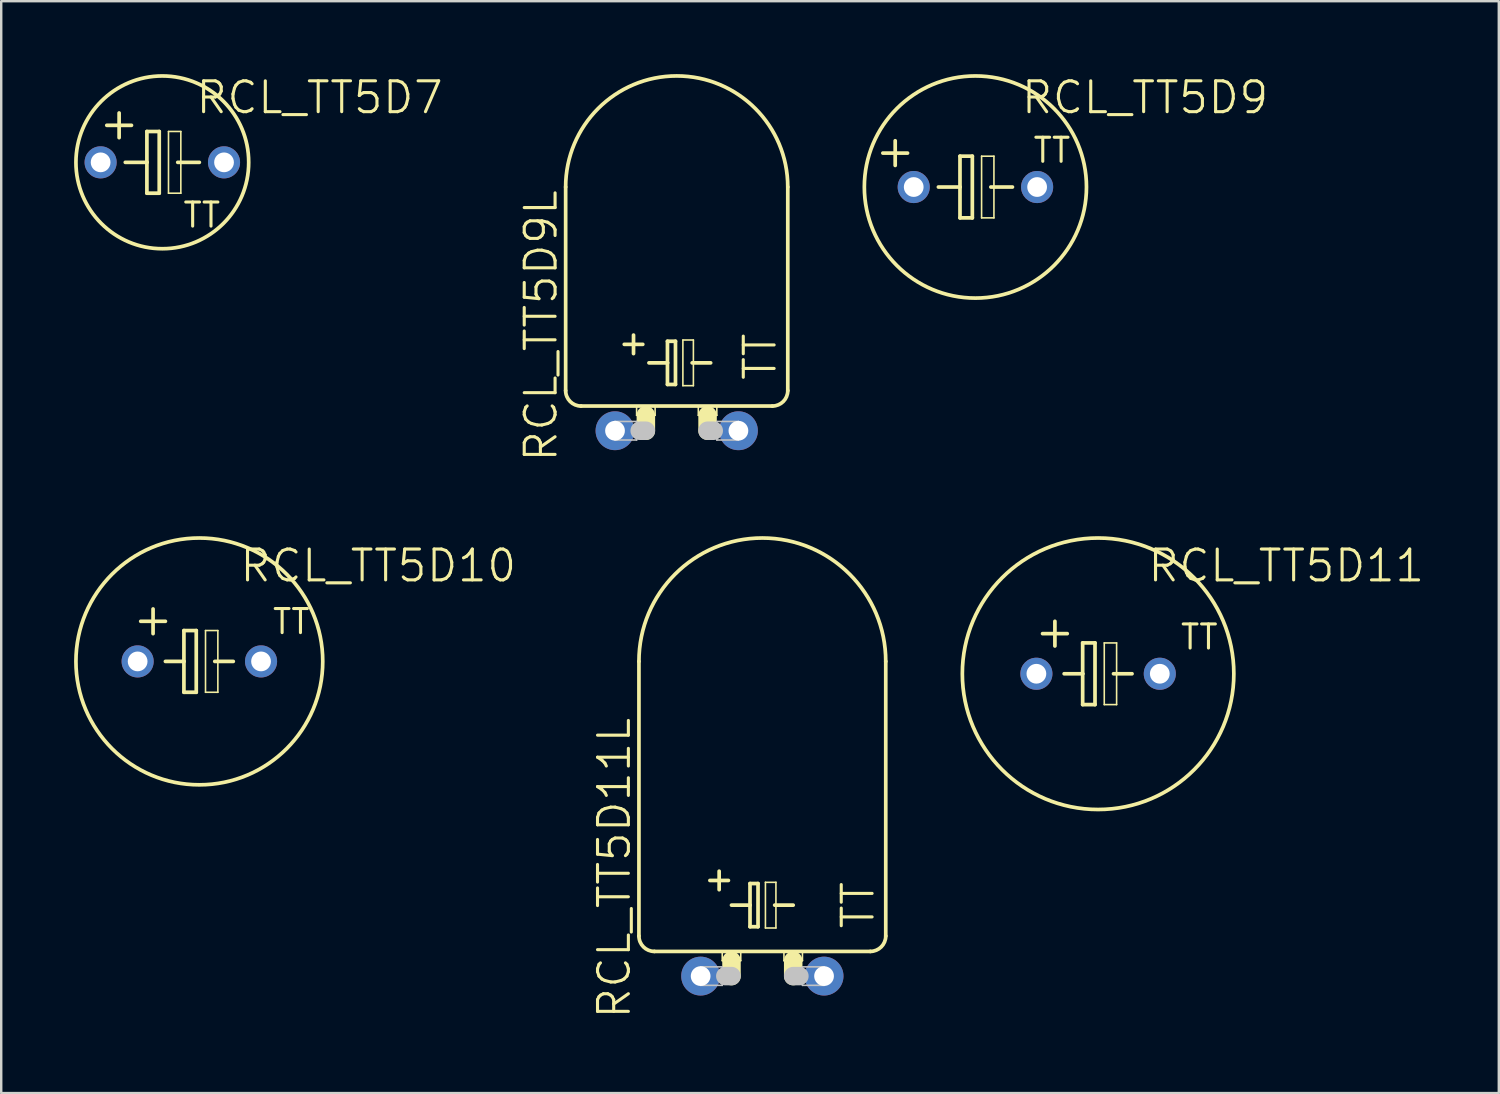
<source format=kicad_pcb>
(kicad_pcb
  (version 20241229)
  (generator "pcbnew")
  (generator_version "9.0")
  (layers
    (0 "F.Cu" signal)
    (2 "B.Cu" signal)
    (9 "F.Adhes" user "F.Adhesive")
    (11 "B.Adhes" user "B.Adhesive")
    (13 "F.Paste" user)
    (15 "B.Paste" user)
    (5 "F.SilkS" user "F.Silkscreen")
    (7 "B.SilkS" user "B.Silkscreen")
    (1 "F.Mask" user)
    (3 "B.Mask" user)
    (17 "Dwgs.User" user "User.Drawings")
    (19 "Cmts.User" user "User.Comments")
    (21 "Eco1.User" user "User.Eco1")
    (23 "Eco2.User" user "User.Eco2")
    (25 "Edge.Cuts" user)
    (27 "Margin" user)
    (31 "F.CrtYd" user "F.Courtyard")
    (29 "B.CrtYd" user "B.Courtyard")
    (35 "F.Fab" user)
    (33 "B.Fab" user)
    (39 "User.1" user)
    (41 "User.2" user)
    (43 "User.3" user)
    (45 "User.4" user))
  (footprint "RCL_TT5D11L"
    (layer "F.Cu")
    (at 28.332 37.131)
    (property "Reference" "RCL_TT5D11L" (at -6.096 -4.445 90) (layer "F.SilkS") (effects (font (size 1.27 1.27) (thickness 0.127))))
    (attr exclude_from_pos_files exclude_from_bom)
    (fp_line (start -5.08 -12.954) (end -5.08 -1.651) (stroke (width 0.152) (type solid)) (layer "F.SilkS"))
    (fp_line (start -4.445 -1.016) (end 4.445 -1.016) (stroke (width 0.152) (type solid)) (layer "F.SilkS"))
    (fp_line (start -2.159 -3.937) (end -1.397 -3.937) (stroke (width 0.152) (type solid)) (layer "F.SilkS"))
    (fp_line (start -1.778 -4.318) (end -1.778 -3.556) (stroke (width 0.152) (type solid)) (layer "F.SilkS"))
    (fp_line (start -1.651 -1.016) (end -0.889 -1.016) (stroke (width 0.066) (type solid)) (layer "F.SilkS"))
    (fp_line (start -1.651 -0.635) (end -1.651 -1.016) (stroke (width 0.066) (type solid)) (layer "F.SilkS"))
    (fp_line (start -1.651 -0.635) (end -0.889 -0.635) (stroke (width 0.066) (type solid)) (layer "F.SilkS"))
    (fp_line (start -1.27 -2.921) (end -0.508 -2.921) (stroke (width 0.152) (type solid)) (layer "F.SilkS"))
    (fp_line (start -1.27 -0.635) (end -1.27 0) (stroke (width 0.762) (type solid)) (layer "F.SilkS"))
    (fp_line (start -0.889 -0.635) (end -0.889 -1.016) (stroke (width 0.066) (type solid)) (layer "F.SilkS"))
    (fp_line (start -0.508 -3.81) (end -0.508 -2.921) (stroke (width 0.152) (type solid)) (layer "F.SilkS"))
    (fp_line (start -0.508 -2.921) (end -0.508 -2.032) (stroke (width 0.152) (type solid)) (layer "F.SilkS"))
    (fp_line (start -0.508 -2.032) (end -0.178 -2.032) (stroke (width 0.152) (type solid)) (layer "F.SilkS"))
    (fp_line (start -0.178 -3.81) (end -0.508 -3.81) (stroke (width 0.152) (type solid)) (layer "F.SilkS"))
    (fp_line (start -0.178 -2.032) (end -0.178 -3.81) (stroke (width 0.152) (type solid)) (layer "F.SilkS"))
    (fp_line (start 0.127 -3.861) (end 0.559 -3.861) (stroke (width 0.066) (type solid)) (layer "F.SilkS"))
    (fp_line (start 0.127 -1.981) (end 0.127 -3.861) (stroke (width 0.066) (type solid)) (layer "F.SilkS"))
    (fp_line (start 0.127 -1.981) (end 0.559 -1.981) (stroke (width 0.066) (type solid)) (layer "F.SilkS"))
    (fp_line (start 0.508 -2.921) (end 1.27 -2.921) (stroke (width 0.152) (type solid)) (layer "F.SilkS"))
    (fp_line (start 0.559 -1.981) (end 0.559 -3.861) (stroke (width 0.066) (type solid)) (layer "F.SilkS"))
    (fp_line (start 0.889 -1.016) (end 1.651 -1.016) (stroke (width 0.066) (type solid)) (layer "F.SilkS"))
    (fp_line (start 0.889 -0.635) (end 0.889 -1.016) (stroke (width 0.066) (type solid)) (layer "F.SilkS"))
    (fp_line (start 0.889 -0.635) (end 1.651 -0.635) (stroke (width 0.066) (type solid)) (layer "F.SilkS"))
    (fp_line (start 1.27 -0.635) (end 1.27 0) (stroke (width 0.762) (type solid)) (layer "F.SilkS"))
    (fp_line (start 1.651 -0.635) (end 1.651 -1.016) (stroke (width 0.066) (type solid)) (layer "F.SilkS"))
    (fp_line (start 5.08 -12.954) (end 5.08 -1.651) (stroke (width 0.152) (type solid)) (layer "F.SilkS"))
    (fp_arc (start -5.08 -12.954) (mid 0 -18.034) (end 5.08 -12.954) (stroke (width 0.1524) (type solid)) (layer "F.SilkS"))
    (fp_arc (start -4.445 -1.016) (mid -4.894013 -1.201987) (end -5.08 -1.651) (stroke (width 0.1524) (type solid)) (layer "F.SilkS"))
    (fp_arc (start 5.08 -1.651) (mid 4.894013 -1.201987) (end 4.445 -1.016) (stroke (width 0.1524) (type solid)) (layer "F.SilkS"))
    (fp_line (start -2.54 -0.381) (end -1.651 -0.381) (stroke (width 0.066) (type solid)) (layer "Dwgs.User"))
    (fp_line (start -2.54 0.381) (end -2.54 -0.381) (stroke (width 0.066) (type solid)) (layer "Dwgs.User"))
    (fp_line (start -2.54 0.381) (end -1.651 0.381) (stroke (width 0.066) (type solid)) (layer "Dwgs.User"))
    (fp_line (start -1.651 0.381) (end -1.651 -0.381) (stroke (width 0.066) (type solid)) (layer "Dwgs.User"))
    (fp_line (start -1.524 0) (end -1.27 0) (stroke (width 0.762) (type solid)) (layer "Dwgs.User"))
    (fp_line (start 1.524 0) (end 1.27 0) (stroke (width 0.762) (type solid)) (layer "Dwgs.User"))
    (fp_line (start 1.651 -0.381) (end 2.54 -0.381) (stroke (width 0.066) (type solid)) (layer "Dwgs.User"))
    (fp_line (start 1.651 0.381) (end 1.651 -0.381) (stroke (width 0.066) (type solid)) (layer "Dwgs.User"))
    (fp_line (start 1.651 0.381) (end 2.54 0.381) (stroke (width 0.066) (type solid)) (layer "Dwgs.User"))
    (fp_line (start 2.54 0.381) (end 2.54 -0.381) (stroke (width 0.066) (type solid)) (layer "Dwgs.User"))
    (fp_text user "TT" (at 3.937 -2.921 90) (layer "F.SilkS") (effects (font (size 1.27 1.27) (thickness 0.127))))
    (pad "+" thru_hole circle (at -2.54 0) (size 1.6 1.6) (drill 0.813) (layers "*.Cu" "*.Paste" "*.Mask"))
    (pad "-" thru_hole circle (at 2.54 0) (size 1.6 1.6) (drill 0.813) (layers "*.Cu" "*.Paste" "*.Mask")))
  (footprint "RCL_TT5D10"
    (layer "F.Cu")
    (at 5.156 24.177)
    (property "Reference" "RCL_TT5D10" (at 7.366 -3.937 0) (layer "F.SilkS") (effects (font (size 1.27 1.27) (thickness 0.127))))
    (attr exclude_from_pos_files exclude_from_bom)
    (fp_line (start -2.413 -1.651) (end -1.397 -1.651) (stroke (width 0.152) (type solid)) (layer "F.SilkS"))
    (fp_line (start -1.905 -1.143) (end -1.905 -2.159) (stroke (width 0.152) (type solid)) (layer "F.SilkS"))
    (fp_line (start -1.397 0) (end -0.635 0) (stroke (width 0.152) (type solid)) (layer "F.SilkS"))
    (fp_line (start -0.635 -1.27) (end -0.635 0) (stroke (width 0.152) (type solid)) (layer "F.SilkS"))
    (fp_line (start -0.635 0) (end -0.635 1.27) (stroke (width 0.152) (type solid)) (layer "F.SilkS"))
    (fp_line (start -0.635 1.27) (end -0.127 1.27) (stroke (width 0.152) (type solid)) (layer "F.SilkS"))
    (fp_line (start -0.127 -1.27) (end -0.635 -1.27) (stroke (width 0.152) (type solid)) (layer "F.SilkS"))
    (fp_line (start -0.127 1.27) (end -0.127 -1.27) (stroke (width 0.152) (type solid)) (layer "F.SilkS"))
    (fp_line (start 0.254 -1.27) (end 0.762 -1.27) (stroke (width 0.066) (type solid)) (layer "F.SilkS"))
    (fp_line (start 0.254 1.27) (end 0.254 -1.27) (stroke (width 0.066) (type solid)) (layer "F.SilkS"))
    (fp_line (start 0.254 1.27) (end 0.762 1.27) (stroke (width 0.066) (type solid)) (layer "F.SilkS"))
    (fp_line (start 0.635 0) (end 1.397 0) (stroke (width 0.152) (type solid)) (layer "F.SilkS"))
    (fp_line (start 0.762 1.27) (end 0.762 -1.27) (stroke (width 0.066) (type solid)) (layer "F.SilkS"))
    (fp_circle (center 0 0) (end 0 -5.08) (stroke (width 0.152) (type solid)) (fill no) (layer "F.SilkS"))
    (fp_text user "TT" (at 3.785 -1.638 0) (layer "F.SilkS") (effects (font (size 0.991 0.991) (thickness 0.127))))
    (pad "+" thru_hole circle (at -2.54 0) (size 1.321 1.321) (drill 0.813) (layers "*.Cu" "*.Paste" "*.Mask"))
    (pad "-" thru_hole circle (at 2.54 0) (size 1.321 1.321) (drill 0.813) (layers "*.Cu" "*.Paste" "*.Mask")))
  (footprint "RCL_TT5D9"
    (layer "F.Cu")
    (at 37.103 4.649)
    (property "Reference" "RCL_TT5D9" (at 6.985 -3.683 0) (layer "F.SilkS") (effects (font (size 1.27 1.27) (thickness 0.127))))
    (attr exclude_from_pos_files exclude_from_bom)
    (fp_line (start -3.302 -1.905) (end -3.302 -0.889) (stroke (width 0.152) (type solid)) (layer "F.SilkS"))
    (fp_line (start -2.794 -1.397) (end -3.81 -1.397) (stroke (width 0.152) (type solid)) (layer "F.SilkS"))
    (fp_line (start -1.524 0) (end -0.635 0) (stroke (width 0.152) (type solid)) (layer "F.SilkS"))
    (fp_line (start -0.635 -1.27) (end -0.635 0) (stroke (width 0.152) (type solid)) (layer "F.SilkS"))
    (fp_line (start -0.635 0) (end -0.635 1.27) (stroke (width 0.152) (type solid)) (layer "F.SilkS"))
    (fp_line (start -0.635 1.27) (end -0.127 1.27) (stroke (width 0.152) (type solid)) (layer "F.SilkS"))
    (fp_line (start -0.127 -1.27) (end -0.635 -1.27) (stroke (width 0.152) (type solid)) (layer "F.SilkS"))
    (fp_line (start -0.127 1.27) (end -0.127 -1.27) (stroke (width 0.152) (type solid)) (layer "F.SilkS"))
    (fp_line (start 0.254 -1.27) (end 0.762 -1.27) (stroke (width 0.066) (type solid)) (layer "F.SilkS"))
    (fp_line (start 0.254 1.27) (end 0.254 -1.27) (stroke (width 0.066) (type solid)) (layer "F.SilkS"))
    (fp_line (start 0.254 1.27) (end 0.762 1.27) (stroke (width 0.066) (type solid)) (layer "F.SilkS"))
    (fp_line (start 0.635 0) (end 1.524 0) (stroke (width 0.152) (type solid)) (layer "F.SilkS"))
    (fp_line (start 0.762 1.27) (end 0.762 -1.27) (stroke (width 0.066) (type solid)) (layer "F.SilkS"))
    (fp_circle (center 0 0) (end 0 -4.572) (stroke (width 0.152) (type solid)) (fill no) (layer "F.SilkS"))
    (fp_text user "TT" (at 3.15 -1.511 0) (layer "F.SilkS") (effects (font (size 0.991 0.991) (thickness 0.127))))
    (pad "+" thru_hole circle (at -2.54 0) (size 1.321 1.321) (drill 0.813) (layers "*.Cu" "*.Paste" "*.Mask"))
    (pad "-" thru_hole circle (at 2.54 0) (size 1.321 1.321) (drill 0.813) (layers "*.Cu" "*.Paste" "*.Mask")))
  (footprint "RCL_TT5D9L"
    (layer "F.Cu")
    (at 24.807 14.681)
    (property "Reference" "RCL_TT5D9L" (at -5.588 -4.318 90) (layer "F.SilkS") (effects (font (size 1.27 1.27) (thickness 0.127))))
    (attr exclude_from_pos_files exclude_from_bom)
    (fp_line (start -4.572 -10.033) (end -4.572 -1.651) (stroke (width 0.152) (type solid)) (layer "F.SilkS"))
    (fp_line (start -3.937 -1.016) (end 3.937 -1.016) (stroke (width 0.152) (type solid)) (layer "F.SilkS"))
    (fp_line (start -2.159 -3.556) (end -1.397 -3.556) (stroke (width 0.152) (type solid)) (layer "F.SilkS"))
    (fp_line (start -1.778 -3.937) (end -1.778 -3.175) (stroke (width 0.152) (type solid)) (layer "F.SilkS"))
    (fp_line (start -1.651 -1.016) (end -0.889 -1.016) (stroke (width 0.066) (type solid)) (layer "F.SilkS"))
    (fp_line (start -1.651 -0.635) (end -1.651 -1.016) (stroke (width 0.066) (type solid)) (layer "F.SilkS"))
    (fp_line (start -1.651 -0.635) (end -0.889 -0.635) (stroke (width 0.066) (type solid)) (layer "F.SilkS"))
    (fp_line (start -1.27 -0.635) (end -1.27 0) (stroke (width 0.762) (type solid)) (layer "F.SilkS"))
    (fp_line (start -1.143 -2.794) (end -0.381 -2.794) (stroke (width 0.152) (type solid)) (layer "F.SilkS"))
    (fp_line (start -0.889 -0.635) (end -0.889 -1.016) (stroke (width 0.066) (type solid)) (layer "F.SilkS"))
    (fp_line (start -0.381 -3.683) (end -0.381 -2.794) (stroke (width 0.152) (type solid)) (layer "F.SilkS"))
    (fp_line (start -0.381 -2.794) (end -0.381 -1.905) (stroke (width 0.152) (type solid)) (layer "F.SilkS"))
    (fp_line (start -0.381 -1.905) (end -0.051 -1.905) (stroke (width 0.152) (type solid)) (layer "F.SilkS"))
    (fp_line (start -0.051 -3.683) (end -0.381 -3.683) (stroke (width 0.152) (type solid)) (layer "F.SilkS"))
    (fp_line (start -0.051 -1.905) (end -0.051 -3.683) (stroke (width 0.152) (type solid)) (layer "F.SilkS"))
    (fp_line (start 0.254 -3.734) (end 0.686 -3.734) (stroke (width 0.066) (type solid)) (layer "F.SilkS"))
    (fp_line (start 0.254 -1.854) (end 0.254 -3.734) (stroke (width 0.066) (type solid)) (layer "F.SilkS"))
    (fp_line (start 0.254 -1.854) (end 0.686 -1.854) (stroke (width 0.066) (type solid)) (layer "F.SilkS"))
    (fp_line (start 0.635 -2.794) (end 1.397 -2.794) (stroke (width 0.152) (type solid)) (layer "F.SilkS"))
    (fp_line (start 0.686 -1.854) (end 0.686 -3.734) (stroke (width 0.066) (type solid)) (layer "F.SilkS"))
    (fp_line (start 0.889 -1.016) (end 1.651 -1.016) (stroke (width 0.066) (type solid)) (layer "F.SilkS"))
    (fp_line (start 0.889 -0.635) (end 0.889 -1.016) (stroke (width 0.066) (type solid)) (layer "F.SilkS"))
    (fp_line (start 0.889 -0.635) (end 1.651 -0.635) (stroke (width 0.066) (type solid)) (layer "F.SilkS"))
    (fp_line (start 1.27 -0.635) (end 1.27 0) (stroke (width 0.762) (type solid)) (layer "F.SilkS"))
    (fp_line (start 1.651 -0.635) (end 1.651 -1.016) (stroke (width 0.066) (type solid)) (layer "F.SilkS"))
    (fp_line (start 4.572 -10.033) (end 4.572 -1.651) (stroke (width 0.152) (type solid)) (layer "F.SilkS"))
    (fp_arc (start -4.572 -10.033) (mid 0 -14.605) (end 4.572 -10.033) (stroke (width 0.1524) (type solid)) (layer "F.SilkS"))
    (fp_arc (start -3.937 -1.016) (mid -4.386013 -1.201987) (end -4.572 -1.651) (stroke (width 0.1524) (type solid)) (layer "F.SilkS"))
    (fp_arc (start 4.572 -1.651) (mid 4.386013 -1.201987) (end 3.937 -1.016) (stroke (width 0.1524) (type solid)) (layer "F.SilkS"))
    (fp_line (start -2.54 -0.381) (end -1.651 -0.381) (stroke (width 0.066) (type solid)) (layer "Dwgs.User"))
    (fp_line (start -2.54 0.381) (end -2.54 -0.381) (stroke (width 0.066) (type solid)) (layer "Dwgs.User"))
    (fp_line (start -2.54 0.381) (end -1.651 0.381) (stroke (width 0.066) (type solid)) (layer "Dwgs.User"))
    (fp_line (start -1.651 0.381) (end -1.651 -0.381) (stroke (width 0.066) (type solid)) (layer "Dwgs.User"))
    (fp_line (start -1.524 0) (end -1.27 0) (stroke (width 0.762) (type solid)) (layer "Dwgs.User"))
    (fp_line (start 1.524 0) (end 1.27 0) (stroke (width 0.762) (type solid)) (layer "Dwgs.User"))
    (fp_line (start 1.651 -0.381) (end 2.54 -0.381) (stroke (width 0.066) (type solid)) (layer "Dwgs.User"))
    (fp_line (start 1.651 0.381) (end 1.651 -0.381) (stroke (width 0.066) (type solid)) (layer "Dwgs.User"))
    (fp_line (start 1.651 0.381) (end 2.54 0.381) (stroke (width 0.066) (type solid)) (layer "Dwgs.User"))
    (fp_line (start 2.54 0.381) (end 2.54 -0.381) (stroke (width 0.066) (type solid)) (layer "Dwgs.User"))
    (fp_text user "TT" (at 3.429 -3.048 90) (layer "F.SilkS") (effects (font (size 1.27 1.27) (thickness 0.127))))
    (pad "+" thru_hole circle (at -2.54 0) (size 1.6 1.6) (drill 0.813) (layers "*.Cu" "*.Paste" "*.Mask"))
    (pad "-" thru_hole circle (at 2.54 0) (size 1.6 1.6) (drill 0.813) (layers "*.Cu" "*.Paste" "*.Mask")))
  (footprint "RCL_TT5D7"
    (layer "F.Cu")
    (at 3.632 3.633)
    (property "Reference" "RCL_TT5D7" (at 6.477 -2.667 0) (layer "F.SilkS") (effects (font (size 1.27 1.27) (thickness 0.127))))
    (attr exclude_from_pos_files exclude_from_bom)
    (fp_line (start -2.286 -1.524) (end -1.27 -1.524) (stroke (width 0.152) (type solid)) (layer "F.SilkS"))
    (fp_line (start -1.778 -1.016) (end -1.778 -2.032) (stroke (width 0.152) (type solid)) (layer "F.SilkS"))
    (fp_line (start -1.524 0) (end -0.635 0) (stroke (width 0.152) (type solid)) (layer "F.SilkS"))
    (fp_line (start -0.635 -1.27) (end -0.635 0) (stroke (width 0.152) (type solid)) (layer "F.SilkS"))
    (fp_line (start -0.635 0) (end -0.635 1.27) (stroke (width 0.152) (type solid)) (layer "F.SilkS"))
    (fp_line (start -0.635 1.27) (end -0.127 1.27) (stroke (width 0.152) (type solid)) (layer "F.SilkS"))
    (fp_line (start -0.127 -1.27) (end -0.635 -1.27) (stroke (width 0.152) (type solid)) (layer "F.SilkS"))
    (fp_line (start -0.127 1.27) (end -0.127 -1.27) (stroke (width 0.152) (type solid)) (layer "F.SilkS"))
    (fp_line (start 0.254 -1.27) (end 0.762 -1.27) (stroke (width 0.066) (type solid)) (layer "F.SilkS"))
    (fp_line (start 0.254 1.27) (end 0.254 -1.27) (stroke (width 0.066) (type solid)) (layer "F.SilkS"))
    (fp_line (start 0.254 1.27) (end 0.762 1.27) (stroke (width 0.066) (type solid)) (layer "F.SilkS"))
    (fp_line (start 0.635 0) (end 1.524 0) (stroke (width 0.152) (type solid)) (layer "F.SilkS"))
    (fp_line (start 0.762 1.27) (end 0.762 -1.27) (stroke (width 0.066) (type solid)) (layer "F.SilkS"))
    (fp_circle (center 0 0) (end 0 -3.556) (stroke (width 0.152) (type solid)) (fill no) (layer "F.SilkS"))
    (fp_text user "TT" (at 1.626 2.172 0) (layer "F.SilkS") (effects (font (size 0.991 0.991) (thickness 0.127))))
    (pad "+" thru_hole circle (at -2.54 0) (size 1.321 1.321) (drill 0.813) (layers "*.Cu" "*.Paste" "*.Mask"))
    (pad "-" thru_hole circle (at 2.54 0) (size 1.321 1.321) (drill 0.813) (layers "*.Cu" "*.Paste" "*.Mask")))
  (footprint "RCL_TT5D11"
    (layer "F.Cu")
    (at 42.153 24.685)
    (property "Reference" "RCL_TT5D11" (at 7.747 -4.445 0) (layer "F.SilkS") (effects (font (size 1.27 1.27) (thickness 0.127))))
    (attr exclude_from_pos_files exclude_from_bom)
    (fp_line (start -1.778 -2.159) (end -1.778 -1.143) (stroke (width 0.152) (type solid)) (layer "F.SilkS"))
    (fp_line (start -1.397 0) (end -0.635 0) (stroke (width 0.152) (type solid)) (layer "F.SilkS"))
    (fp_line (start -1.27 -1.651) (end -2.286 -1.651) (stroke (width 0.152) (type solid)) (layer "F.SilkS"))
    (fp_line (start -0.635 -1.27) (end -0.635 0) (stroke (width 0.152) (type solid)) (layer "F.SilkS"))
    (fp_line (start -0.635 0) (end -0.635 1.27) (stroke (width 0.152) (type solid)) (layer "F.SilkS"))
    (fp_line (start -0.635 1.27) (end -0.127 1.27) (stroke (width 0.152) (type solid)) (layer "F.SilkS"))
    (fp_line (start -0.127 -1.27) (end -0.635 -1.27) (stroke (width 0.152) (type solid)) (layer "F.SilkS"))
    (fp_line (start -0.127 1.27) (end -0.127 -1.27) (stroke (width 0.152) (type solid)) (layer "F.SilkS"))
    (fp_line (start 0.254 -1.27) (end 0.762 -1.27) (stroke (width 0.066) (type solid)) (layer "F.SilkS"))
    (fp_line (start 0.254 1.27) (end 0.254 -1.27) (stroke (width 0.066) (type solid)) (layer "F.SilkS"))
    (fp_line (start 0.254 1.27) (end 0.762 1.27) (stroke (width 0.066) (type solid)) (layer "F.SilkS"))
    (fp_line (start 0.635 0) (end 1.397 0) (stroke (width 0.152) (type solid)) (layer "F.SilkS"))
    (fp_line (start 0.762 1.27) (end 0.762 -1.27) (stroke (width 0.066) (type solid)) (layer "F.SilkS"))
    (fp_circle (center 0 0) (end 0 -5.588) (stroke (width 0.152) (type solid)) (fill no) (layer "F.SilkS"))
    (fp_text user "TT" (at 4.166 -1.511 0) (layer "F.SilkS") (effects (font (size 0.991 0.991) (thickness 0.127))))
    (pad "+" thru_hole circle (at -2.54 0) (size 1.321 1.321) (drill 0.813) (layers "*.Cu" "*.Paste" "*.Mask"))
    (pad "-" thru_hole circle (at 2.54 0) (size 1.321 1.321) (drill 0.813) (layers "*.Cu" "*.Paste" "*.Mask")))
  (gr_rect
    (start -3 -3)
    (end 58.648 41.948)
    (stroke (width 0.1) (type default))
    (fill no)
    (layer "Edge.Cuts")))
</source>
